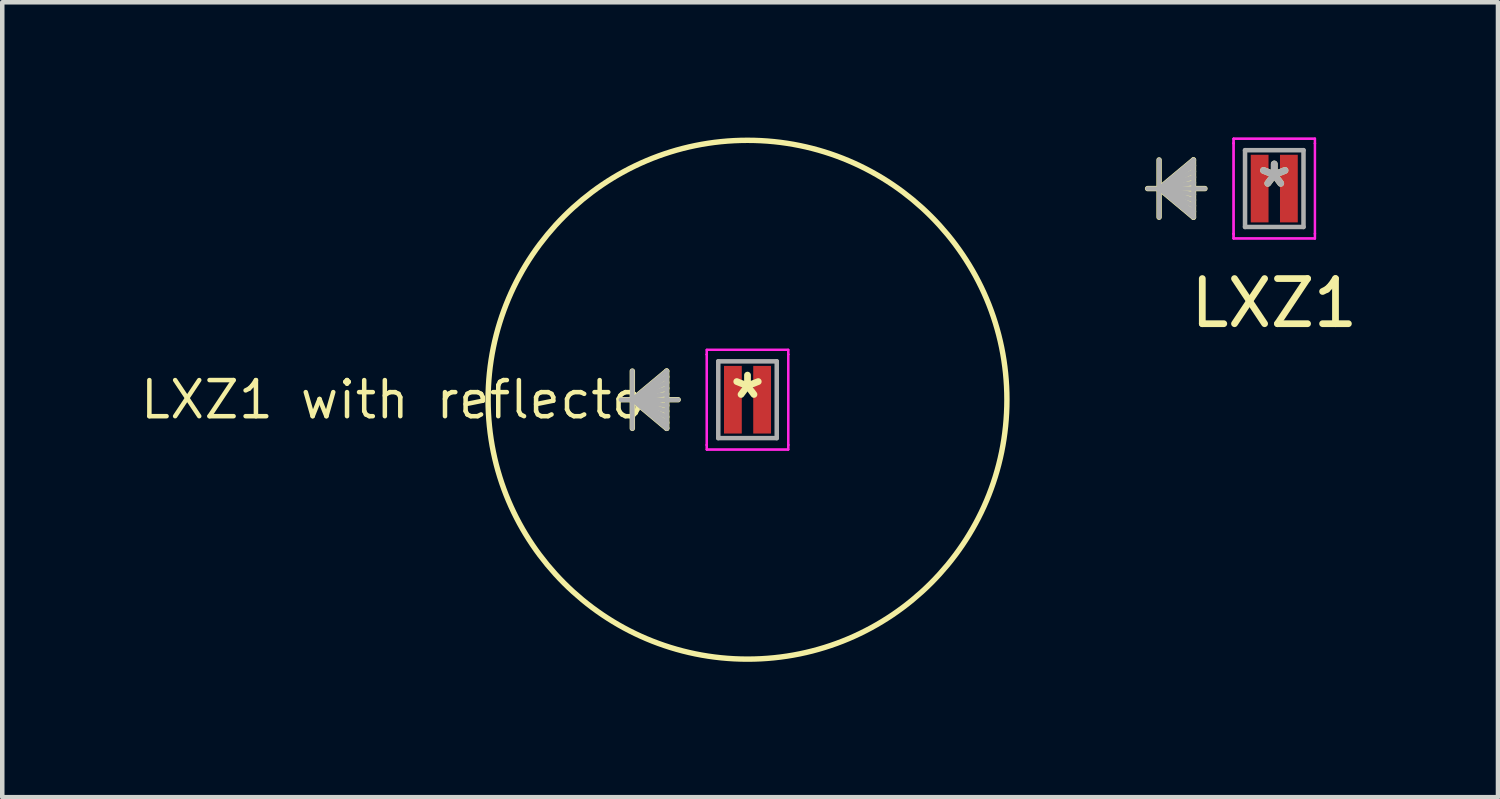
<source format=kicad_pcb>
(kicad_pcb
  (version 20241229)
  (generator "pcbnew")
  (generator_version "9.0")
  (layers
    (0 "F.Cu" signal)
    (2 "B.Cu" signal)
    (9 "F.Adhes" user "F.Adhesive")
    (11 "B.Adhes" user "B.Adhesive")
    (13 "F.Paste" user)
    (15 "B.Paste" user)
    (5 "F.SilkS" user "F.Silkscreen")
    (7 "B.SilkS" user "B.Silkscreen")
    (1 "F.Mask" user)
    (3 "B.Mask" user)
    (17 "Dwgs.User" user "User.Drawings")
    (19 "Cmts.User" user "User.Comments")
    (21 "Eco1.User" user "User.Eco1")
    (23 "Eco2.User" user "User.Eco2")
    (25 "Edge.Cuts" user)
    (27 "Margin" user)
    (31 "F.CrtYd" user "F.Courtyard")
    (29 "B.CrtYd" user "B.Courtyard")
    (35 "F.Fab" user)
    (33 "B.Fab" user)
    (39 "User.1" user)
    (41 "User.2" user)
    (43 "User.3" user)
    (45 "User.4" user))
  (footprint "LXZ1 with reflector"
    (layer "F.Cu")
    (at 13.519 5.81)
    (property "Reference" "LXZ1 with reflector" (at -7.62 0 0) (layer "F.SilkS") (effects (font (size 0.8 0.8) (thickness 0.1))))
    (attr through_hole)
    (fp_line (start -2.553 -0.635) (end -2.553 0.635) (stroke (width 0.12) (type solid)) (layer "F.SilkS"))
    (fp_line (start -2.553 0) (end -1.791 -0.635) (stroke (width 0.12) (type solid)) (layer "F.SilkS"))
    (fp_line (start -2.553 0) (end -1.791 -0.508) (stroke (width 0.12) (type solid)) (layer "F.SilkS"))
    (fp_line (start -2.553 0) (end -1.791 -0.381) (stroke (width 0.12) (type solid)) (layer "F.SilkS"))
    (fp_line (start -2.553 0) (end -1.791 -0.254) (stroke (width 0.12) (type solid)) (layer "F.SilkS"))
    (fp_line (start -2.553 0) (end -1.791 -0.127) (stroke (width 0.12) (type solid)) (layer "F.SilkS"))
    (fp_line (start -2.553 0) (end -1.791 0.127) (stroke (width 0.12) (type solid)) (layer "F.SilkS"))
    (fp_line (start -2.553 0) (end -1.791 0.254) (stroke (width 0.12) (type solid)) (layer "F.SilkS"))
    (fp_line (start -2.553 0) (end -1.791 0.381) (stroke (width 0.12) (type solid)) (layer "F.SilkS"))
    (fp_line (start -2.553 0) (end -1.791 0.508) (stroke (width 0.12) (type solid)) (layer "F.SilkS"))
    (fp_line (start -2.553 0) (end -1.791 0.635) (stroke (width 0.12) (type solid)) (layer "F.SilkS"))
    (fp_line (start -1.791 -0.635) (end -1.791 0.635) (stroke (width 0.12) (type solid)) (layer "F.SilkS"))
    (fp_line (start -1.537 0) (end -2.807 0) (stroke (width 0.12) (type solid)) (layer "F.SilkS"))
    (fp_circle (center 0 0) (end 5.75 0) (stroke (width 0.12) (type solid)) (fill no) (layer "F.SilkS"))
    (fp_line (start -0.902 -1.105) (end 0.902 -1.105) (stroke (width 0.05) (type solid)) (layer "F.CrtYd"))
    (fp_line (start -0.902 -1.105) (end 0.902 -1.105) (stroke (width 0.05) (type solid)) (layer "F.CrtYd"))
    (fp_line (start -0.902 -1.003) (end -0.902 -1.105) (stroke (width 0.05) (type solid)) (layer "F.CrtYd"))
    (fp_line (start -0.902 -1.003) (end -0.902 -1.105) (stroke (width 0.05) (type solid)) (layer "F.CrtYd"))
    (fp_line (start -0.902 -1.003) (end -0.902 -1.003) (stroke (width 0.05) (type solid)) (layer "F.CrtYd"))
    (fp_line (start -0.902 -1.003) (end -0.902 -1.003) (stroke (width 0.05) (type solid)) (layer "F.CrtYd"))
    (fp_line (start -0.902 1.003) (end -0.902 -1.003) (stroke (width 0.05) (type solid)) (layer "F.CrtYd"))
    (fp_line (start -0.902 1.003) (end -0.902 -1.003) (stroke (width 0.05) (type solid)) (layer "F.CrtYd"))
    (fp_line (start -0.902 1.003) (end -0.902 1.003) (stroke (width 0.05) (type solid)) (layer "F.CrtYd"))
    (fp_line (start -0.902 1.003) (end -0.902 1.003) (stroke (width 0.05) (type solid)) (layer "F.CrtYd"))
    (fp_line (start -0.902 1.105) (end -0.902 1.003) (stroke (width 0.05) (type solid)) (layer "F.CrtYd"))
    (fp_line (start -0.902 1.105) (end -0.902 1.003) (stroke (width 0.05) (type solid)) (layer "F.CrtYd"))
    (fp_line (start 0.902 -1.105) (end 0.902 -1.003) (stroke (width 0.05) (type solid)) (layer "F.CrtYd"))
    (fp_line (start 0.902 -1.105) (end 0.902 -1.003) (stroke (width 0.05) (type solid)) (layer "F.CrtYd"))
    (fp_line (start 0.902 -1.003) (end 0.902 -1.003) (stroke (width 0.05) (type solid)) (layer "F.CrtYd"))
    (fp_line (start 0.902 -1.003) (end 0.902 -1.003) (stroke (width 0.05) (type solid)) (layer "F.CrtYd"))
    (fp_line (start 0.902 -1.003) (end 0.902 1.003) (stroke (width 0.05) (type solid)) (layer "F.CrtYd"))
    (fp_line (start 0.902 -1.003) (end 0.902 1.003) (stroke (width 0.05) (type solid)) (layer "F.CrtYd"))
    (fp_line (start 0.902 1.003) (end 0.902 1.003) (stroke (width 0.05) (type solid)) (layer "F.CrtYd"))
    (fp_line (start 0.902 1.003) (end 0.902 1.003) (stroke (width 0.05) (type solid)) (layer "F.CrtYd"))
    (fp_line (start 0.902 1.003) (end 0.902 1.105) (stroke (width 0.05) (type solid)) (layer "F.CrtYd"))
    (fp_line (start 0.902 1.003) (end 0.902 1.105) (stroke (width 0.05) (type solid)) (layer "F.CrtYd"))
    (fp_line (start 0.902 1.105) (end -0.902 1.105) (stroke (width 0.05) (type solid)) (layer "F.CrtYd"))
    (fp_line (start 0.902 1.105) (end -0.902 1.105) (stroke (width 0.05) (type solid)) (layer "F.CrtYd"))
    (fp_line (start -2.553 -0.635) (end -2.553 0.635) (stroke (width 0.1) (type solid)) (layer "F.Fab"))
    (fp_line (start -2.553 0) (end -1.791 -0.635) (stroke (width 0.1) (type solid)) (layer "F.Fab"))
    (fp_line (start -2.553 0) (end -1.791 -0.508) (stroke (width 0.1) (type solid)) (layer "F.Fab"))
    (fp_line (start -2.553 0) (end -1.791 -0.381) (stroke (width 0.1) (type solid)) (layer "F.Fab"))
    (fp_line (start -2.553 0) (end -1.791 -0.254) (stroke (width 0.1) (type solid)) (layer "F.Fab"))
    (fp_line (start -2.553 0) (end -1.791 -0.127) (stroke (width 0.1) (type solid)) (layer "F.Fab"))
    (fp_line (start -2.553 0) (end -1.791 0.127) (stroke (width 0.1) (type solid)) (layer "F.Fab"))
    (fp_line (start -2.553 0) (end -1.791 0.254) (stroke (width 0.1) (type solid)) (layer "F.Fab"))
    (fp_line (start -2.553 0) (end -1.791 0.381) (stroke (width 0.1) (type solid)) (layer "F.Fab"))
    (fp_line (start -2.553 0) (end -1.791 0.508) (stroke (width 0.1) (type solid)) (layer "F.Fab"))
    (fp_line (start -2.553 0) (end -1.791 0.635) (stroke (width 0.1) (type solid)) (layer "F.Fab"))
    (fp_line (start -1.791 -0.635) (end -1.791 0.635) (stroke (width 0.1) (type solid)) (layer "F.Fab"))
    (fp_line (start -1.537 0) (end -2.807 0) (stroke (width 0.1) (type solid)) (layer "F.Fab"))
    (fp_line (start -0.648 -0.851) (end -0.648 0.851) (stroke (width 0.1) (type solid)) (layer "F.Fab"))
    (fp_line (start -0.648 0.851) (end 0.648 0.851) (stroke (width 0.1) (type solid)) (layer "F.Fab"))
    (fp_line (start 0.648 -0.851) (end -0.648 -0.851) (stroke (width 0.1) (type solid)) (layer "F.Fab"))
    (fp_line (start 0.648 0.851) (end 0.648 -0.851) (stroke (width 0.1) (type solid)) (layer "F.Fab"))
    (fp_text user "*" (at 0 0 0) (layer "F.SilkS") (effects (font (size 1 1) (thickness 0.15))))
    (pad "1" smd rect (at -0.324 0) (size 0.394 1.499) (layers "F.Cu" "F.Mask" "F.Paste"))
    (pad "2" smd rect (at 0.324 0) (size 0.394 1.499) (layers "F.Cu" "F.Mask" "F.Paste")))
  (footprint "LXZ1"
    (layer "F.Cu")
    (at 25.195 1.13)
    (property "Reference" "LXZ1" (at 0 2.54 0) (layer "F.SilkS") (effects (font (size 1 1) (thickness 0.15))))
    (attr through_hole)
    (fp_line (start -2.553 -0.635) (end -2.553 0.635) (stroke (width 0.12) (type solid)) (layer "F.SilkS"))
    (fp_line (start -2.553 0) (end -1.791 -0.635) (stroke (width 0.12) (type solid)) (layer "F.SilkS"))
    (fp_line (start -2.553 0) (end -1.791 -0.508) (stroke (width 0.12) (type solid)) (layer "F.SilkS"))
    (fp_line (start -2.553 0) (end -1.791 -0.381) (stroke (width 0.12) (type solid)) (layer "F.SilkS"))
    (fp_line (start -2.553 0) (end -1.791 -0.254) (stroke (width 0.12) (type solid)) (layer "F.SilkS"))
    (fp_line (start -2.553 0) (end -1.791 -0.127) (stroke (width 0.12) (type solid)) (layer "F.SilkS"))
    (fp_line (start -2.553 0) (end -1.791 0.127) (stroke (width 0.12) (type solid)) (layer "F.SilkS"))
    (fp_line (start -2.553 0) (end -1.791 0.254) (stroke (width 0.12) (type solid)) (layer "F.SilkS"))
    (fp_line (start -2.553 0) (end -1.791 0.381) (stroke (width 0.12) (type solid)) (layer "F.SilkS"))
    (fp_line (start -2.553 0) (end -1.791 0.508) (stroke (width 0.12) (type solid)) (layer "F.SilkS"))
    (fp_line (start -2.553 0) (end -1.791 0.635) (stroke (width 0.12) (type solid)) (layer "F.SilkS"))
    (fp_line (start -1.791 -0.635) (end -1.791 0.635) (stroke (width 0.12) (type solid)) (layer "F.SilkS"))
    (fp_line (start -1.537 0) (end -2.807 0) (stroke (width 0.12) (type solid)) (layer "F.SilkS"))
    (fp_line (start -0.902 -1.105) (end 0.902 -1.105) (stroke (width 0.05) (type solid)) (layer "F.CrtYd"))
    (fp_line (start -0.902 -1.105) (end 0.902 -1.105) (stroke (width 0.05) (type solid)) (layer "F.CrtYd"))
    (fp_line (start -0.902 -1.003) (end -0.902 -1.105) (stroke (width 0.05) (type solid)) (layer "F.CrtYd"))
    (fp_line (start -0.902 -1.003) (end -0.902 -1.105) (stroke (width 0.05) (type solid)) (layer "F.CrtYd"))
    (fp_line (start -0.902 -1.003) (end -0.902 -1.003) (stroke (width 0.05) (type solid)) (layer "F.CrtYd"))
    (fp_line (start -0.902 -1.003) (end -0.902 -1.003) (stroke (width 0.05) (type solid)) (layer "F.CrtYd"))
    (fp_line (start -0.902 1.003) (end -0.902 -1.003) (stroke (width 0.05) (type solid)) (layer "F.CrtYd"))
    (fp_line (start -0.902 1.003) (end -0.902 -1.003) (stroke (width 0.05) (type solid)) (layer "F.CrtYd"))
    (fp_line (start -0.902 1.003) (end -0.902 1.003) (stroke (width 0.05) (type solid)) (layer "F.CrtYd"))
    (fp_line (start -0.902 1.003) (end -0.902 1.003) (stroke (width 0.05) (type solid)) (layer "F.CrtYd"))
    (fp_line (start -0.902 1.105) (end -0.902 1.003) (stroke (width 0.05) (type solid)) (layer "F.CrtYd"))
    (fp_line (start -0.902 1.105) (end -0.902 1.003) (stroke (width 0.05) (type solid)) (layer "F.CrtYd"))
    (fp_line (start 0.902 -1.105) (end 0.902 -1.003) (stroke (width 0.05) (type solid)) (layer "F.CrtYd"))
    (fp_line (start 0.902 -1.105) (end 0.902 -1.003) (stroke (width 0.05) (type solid)) (layer "F.CrtYd"))
    (fp_line (start 0.902 -1.003) (end 0.902 -1.003) (stroke (width 0.05) (type solid)) (layer "F.CrtYd"))
    (fp_line (start 0.902 -1.003) (end 0.902 -1.003) (stroke (width 0.05) (type solid)) (layer "F.CrtYd"))
    (fp_line (start 0.902 -1.003) (end 0.902 1.003) (stroke (width 0.05) (type solid)) (layer "F.CrtYd"))
    (fp_line (start 0.902 -1.003) (end 0.902 1.003) (stroke (width 0.05) (type solid)) (layer "F.CrtYd"))
    (fp_line (start 0.902 1.003) (end 0.902 1.003) (stroke (width 0.05) (type solid)) (layer "F.CrtYd"))
    (fp_line (start 0.902 1.003) (end 0.902 1.003) (stroke (width 0.05) (type solid)) (layer "F.CrtYd"))
    (fp_line (start 0.902 1.003) (end 0.902 1.105) (stroke (width 0.05) (type solid)) (layer "F.CrtYd"))
    (fp_line (start 0.902 1.003) (end 0.902 1.105) (stroke (width 0.05) (type solid)) (layer "F.CrtYd"))
    (fp_line (start 0.902 1.105) (end -0.902 1.105) (stroke (width 0.05) (type solid)) (layer "F.CrtYd"))
    (fp_line (start 0.902 1.105) (end -0.902 1.105) (stroke (width 0.05) (type solid)) (layer "F.CrtYd"))
    (fp_line (start -2.553 -0.635) (end -2.553 0.635) (stroke (width 0.1) (type solid)) (layer "F.Fab"))
    (fp_line (start -2.553 0) (end -1.791 -0.635) (stroke (width 0.1) (type solid)) (layer "F.Fab"))
    (fp_line (start -2.553 0) (end -1.791 -0.508) (stroke (width 0.1) (type solid)) (layer "F.Fab"))
    (fp_line (start -2.553 0) (end -1.791 -0.381) (stroke (width 0.1) (type solid)) (layer "F.Fab"))
    (fp_line (start -2.553 0) (end -1.791 -0.254) (stroke (width 0.1) (type solid)) (layer "F.Fab"))
    (fp_line (start -2.553 0) (end -1.791 -0.127) (stroke (width 0.1) (type solid)) (layer "F.Fab"))
    (fp_line (start -2.553 0) (end -1.791 0.127) (stroke (width 0.1) (type solid)) (layer "F.Fab"))
    (fp_line (start -2.553 0) (end -1.791 0.254) (stroke (width 0.1) (type solid)) (layer "F.Fab"))
    (fp_line (start -2.553 0) (end -1.791 0.381) (stroke (width 0.1) (type solid)) (layer "F.Fab"))
    (fp_line (start -2.553 0) (end -1.791 0.508) (stroke (width 0.1) (type solid)) (layer "F.Fab"))
    (fp_line (start -2.553 0) (end -1.791 0.635) (stroke (width 0.1) (type solid)) (layer "F.Fab"))
    (fp_line (start -1.791 -0.635) (end -1.791 0.635) (stroke (width 0.1) (type solid)) (layer "F.Fab"))
    (fp_line (start -1.537 0) (end -2.807 0) (stroke (width 0.1) (type solid)) (layer "F.Fab"))
    (fp_line (start -0.648 -0.851) (end -0.648 0.851) (stroke (width 0.1) (type solid)) (layer "F.Fab"))
    (fp_line (start -0.648 0.851) (end 0.648 0.851) (stroke (width 0.1) (type solid)) (layer "F.Fab"))
    (fp_line (start 0.648 -0.851) (end -0.648 -0.851) (stroke (width 0.1) (type solid)) (layer "F.Fab"))
    (fp_line (start 0.648 0.851) (end 0.648 -0.851) (stroke (width 0.1) (type solid)) (layer "F.Fab"))
    (fp_text user "*" (at 0 0 0) (layer "F.SilkS") (effects (font (size 1 1) (thickness 0.15))))
    (fp_text user "*" (at 0 0 0) (layer "F.Fab") (effects (font (size 1 1) (thickness 0.15))))
    (pad "1" smd rect (at -0.324 0) (size 0.394 1.499) (layers "F.Cu" "F.Mask" "F.Paste"))
    (pad "2" smd rect (at 0.324 0) (size 0.394 1.499) (layers "F.Cu" "F.Mask" "F.Paste")))
  (gr_rect
    (start -3 -3)
    (end 30.154 14.62)
    (stroke (width 0.1) (type default))
    (fill no)
    (layer "Edge.Cuts")))
</source>
